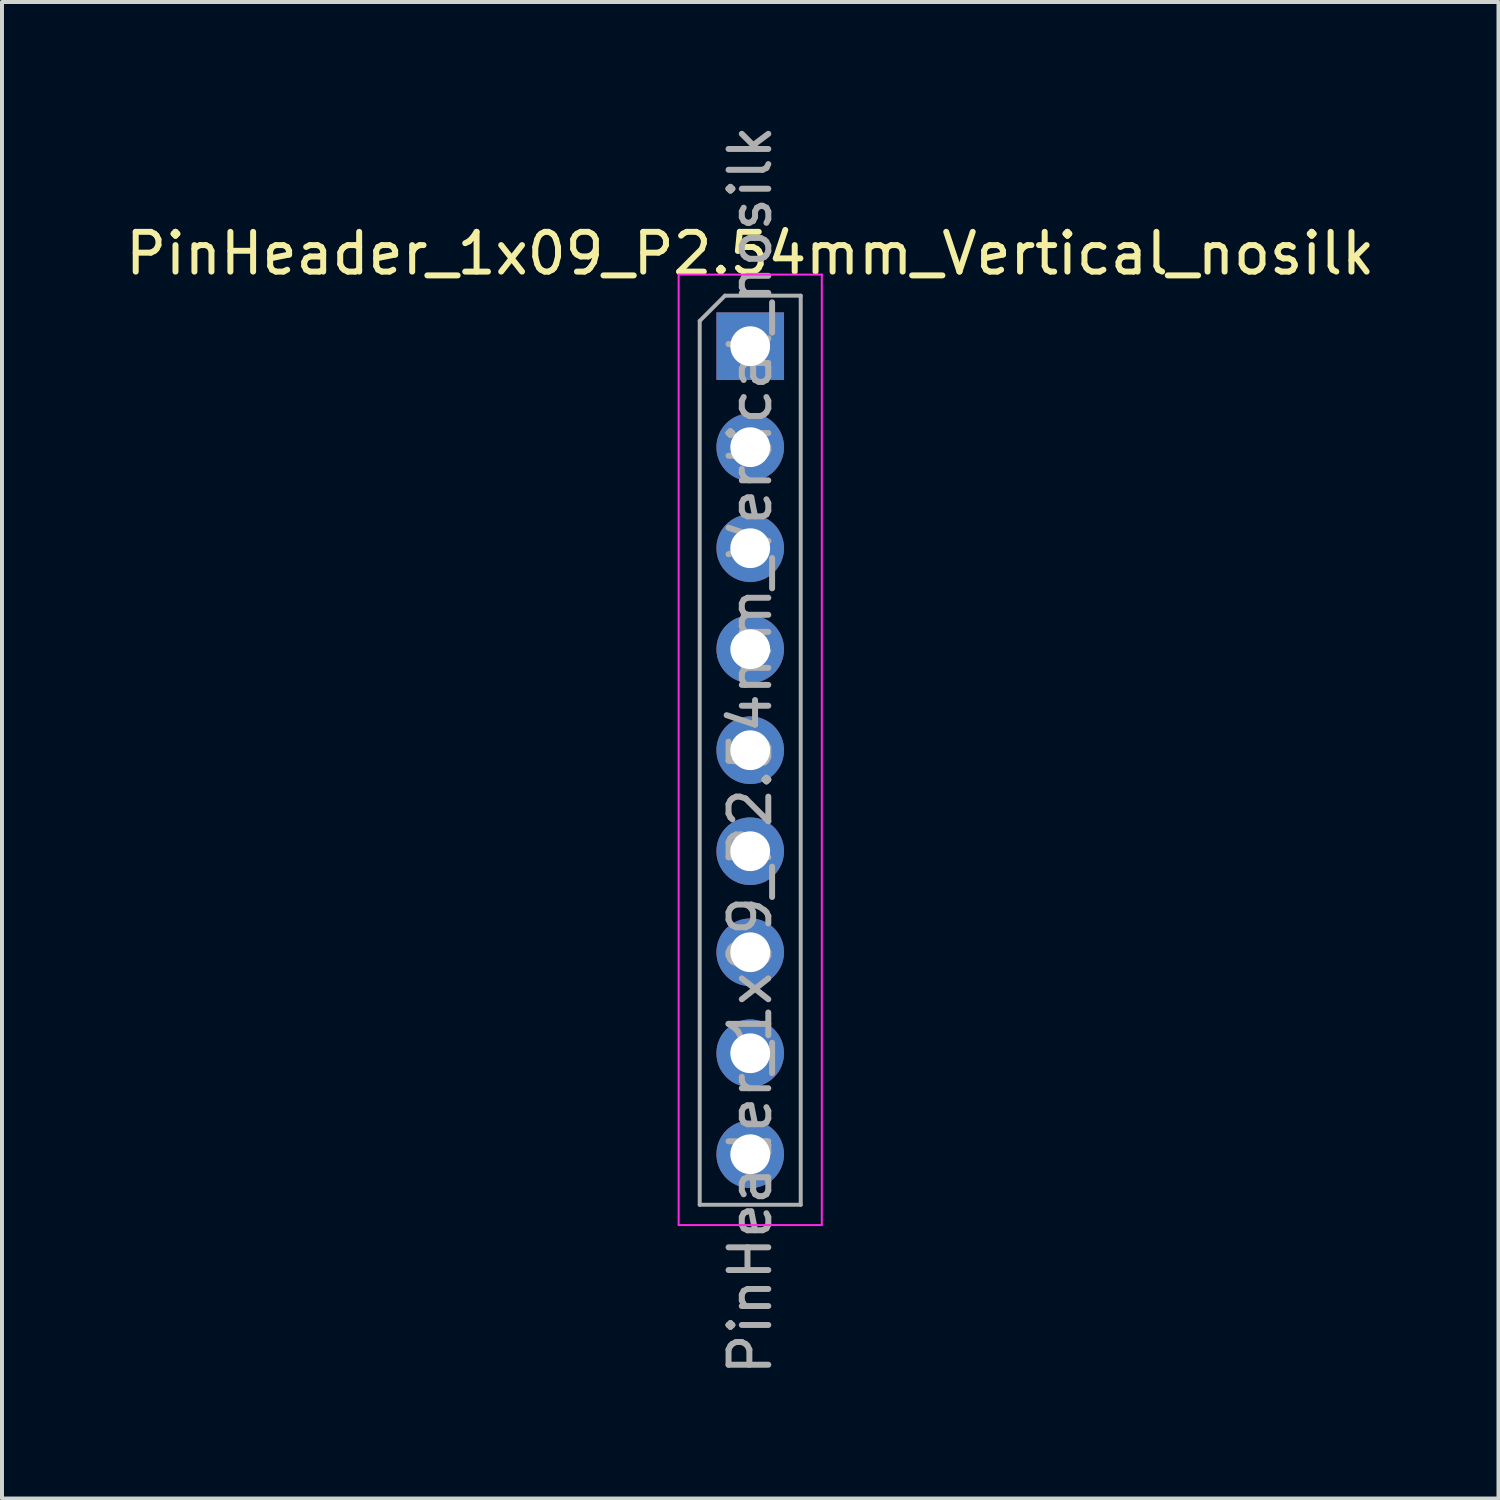
<source format=kicad_pcb>
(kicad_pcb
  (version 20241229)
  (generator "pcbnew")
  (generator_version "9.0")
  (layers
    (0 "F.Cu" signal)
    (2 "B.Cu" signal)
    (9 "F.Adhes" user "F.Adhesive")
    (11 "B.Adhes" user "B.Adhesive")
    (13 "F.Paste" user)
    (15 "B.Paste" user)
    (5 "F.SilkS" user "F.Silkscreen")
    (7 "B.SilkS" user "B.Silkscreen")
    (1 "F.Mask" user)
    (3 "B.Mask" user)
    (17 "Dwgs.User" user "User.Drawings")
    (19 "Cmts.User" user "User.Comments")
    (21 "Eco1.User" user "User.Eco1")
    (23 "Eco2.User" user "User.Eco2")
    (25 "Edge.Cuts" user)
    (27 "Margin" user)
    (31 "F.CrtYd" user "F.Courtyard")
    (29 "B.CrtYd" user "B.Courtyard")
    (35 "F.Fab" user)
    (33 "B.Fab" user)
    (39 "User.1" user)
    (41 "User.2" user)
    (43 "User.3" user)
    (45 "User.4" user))
  (footprint "PinHeader_1x09_P2.54mm_Vertical_nosilk"
    (layer "F.Cu")
    (at 15.815 5.655)
    (property "Reference" "PinHeader_1x09_P2.54mm_Vertical_nosilk" (at 0 -2.33 0) (layer "F.SilkS") (effects (font (size 1 1) (thickness 0.15))))
    (attr through_hole)
    (fp_line (start -1.8 -1.8) (end -1.8 22.1) (stroke (width 0.05) (type solid)) (layer "F.CrtYd"))
    (fp_line (start -1.8 22.1) (end 1.8 22.1) (stroke (width 0.05) (type solid)) (layer "F.CrtYd"))
    (fp_line (start 1.8 -1.8) (end -1.8 -1.8) (stroke (width 0.05) (type solid)) (layer "F.CrtYd"))
    (fp_line (start 1.8 22.1) (end 1.8 -1.8) (stroke (width 0.05) (type solid)) (layer "F.CrtYd"))
    (fp_line (start -1.27 -0.635) (end -0.635 -1.27) (stroke (width 0.1) (type solid)) (layer "F.Fab"))
    (fp_line (start -1.27 21.59) (end -1.27 -0.635) (stroke (width 0.1) (type solid)) (layer "F.Fab"))
    (fp_line (start -0.635 -1.27) (end 1.27 -1.27) (stroke (width 0.1) (type solid)) (layer "F.Fab"))
    (fp_line (start 1.27 -1.27) (end 1.27 21.59) (stroke (width 0.1) (type solid)) (layer "F.Fab"))
    (fp_line (start 1.27 21.59) (end -1.27 21.59) (stroke (width 0.1) (type solid)) (layer "F.Fab"))
    (fp_text user "${REFERENCE}" (at 0 10.16 90) (layer "F.Fab") (effects (font (size 1 1) (thickness 0.15))))
    (pad "1" thru_hole rect (at 0 0) (size 1.7 1.7) (drill 1) (layers "*.Cu" "*.Mask"))
    (pad "2" thru_hole oval (at 0 2.54) (size 1.7 1.7) (drill 1) (layers "*.Cu" "*.Mask"))
    (pad "3" thru_hole oval (at 0 5.08) (size 1.7 1.7) (drill 1) (layers "*.Cu" "*.Mask"))
    (pad "4" thru_hole oval (at 0 7.62) (size 1.7 1.7) (drill 1) (layers "*.Cu" "*.Mask"))
    (pad "5" thru_hole oval (at 0 10.16) (size 1.7 1.7) (drill 1) (layers "*.Cu" "*.Mask"))
    (pad "6" thru_hole oval (at 0 12.7) (size 1.7 1.7) (drill 1) (layers "*.Cu" "*.Mask"))
    (pad "7" thru_hole oval (at 0 15.24) (size 1.7 1.7) (drill 1) (layers "*.Cu" "*.Mask"))
    (pad "8" thru_hole oval (at 0 17.78) (size 1.7 1.7) (drill 1) (layers "*.Cu" "*.Mask"))
    (pad "9" thru_hole oval (at 0 20.32) (size 1.7 1.7) (drill 1) (layers "*.Cu" "*.Mask")))
  (gr_rect
    (start -3 -3)
    (end 34.631 34.631)
    (stroke (width 0.1) (type default))
    (fill no)
    (layer "Edge.Cuts")))
</source>
